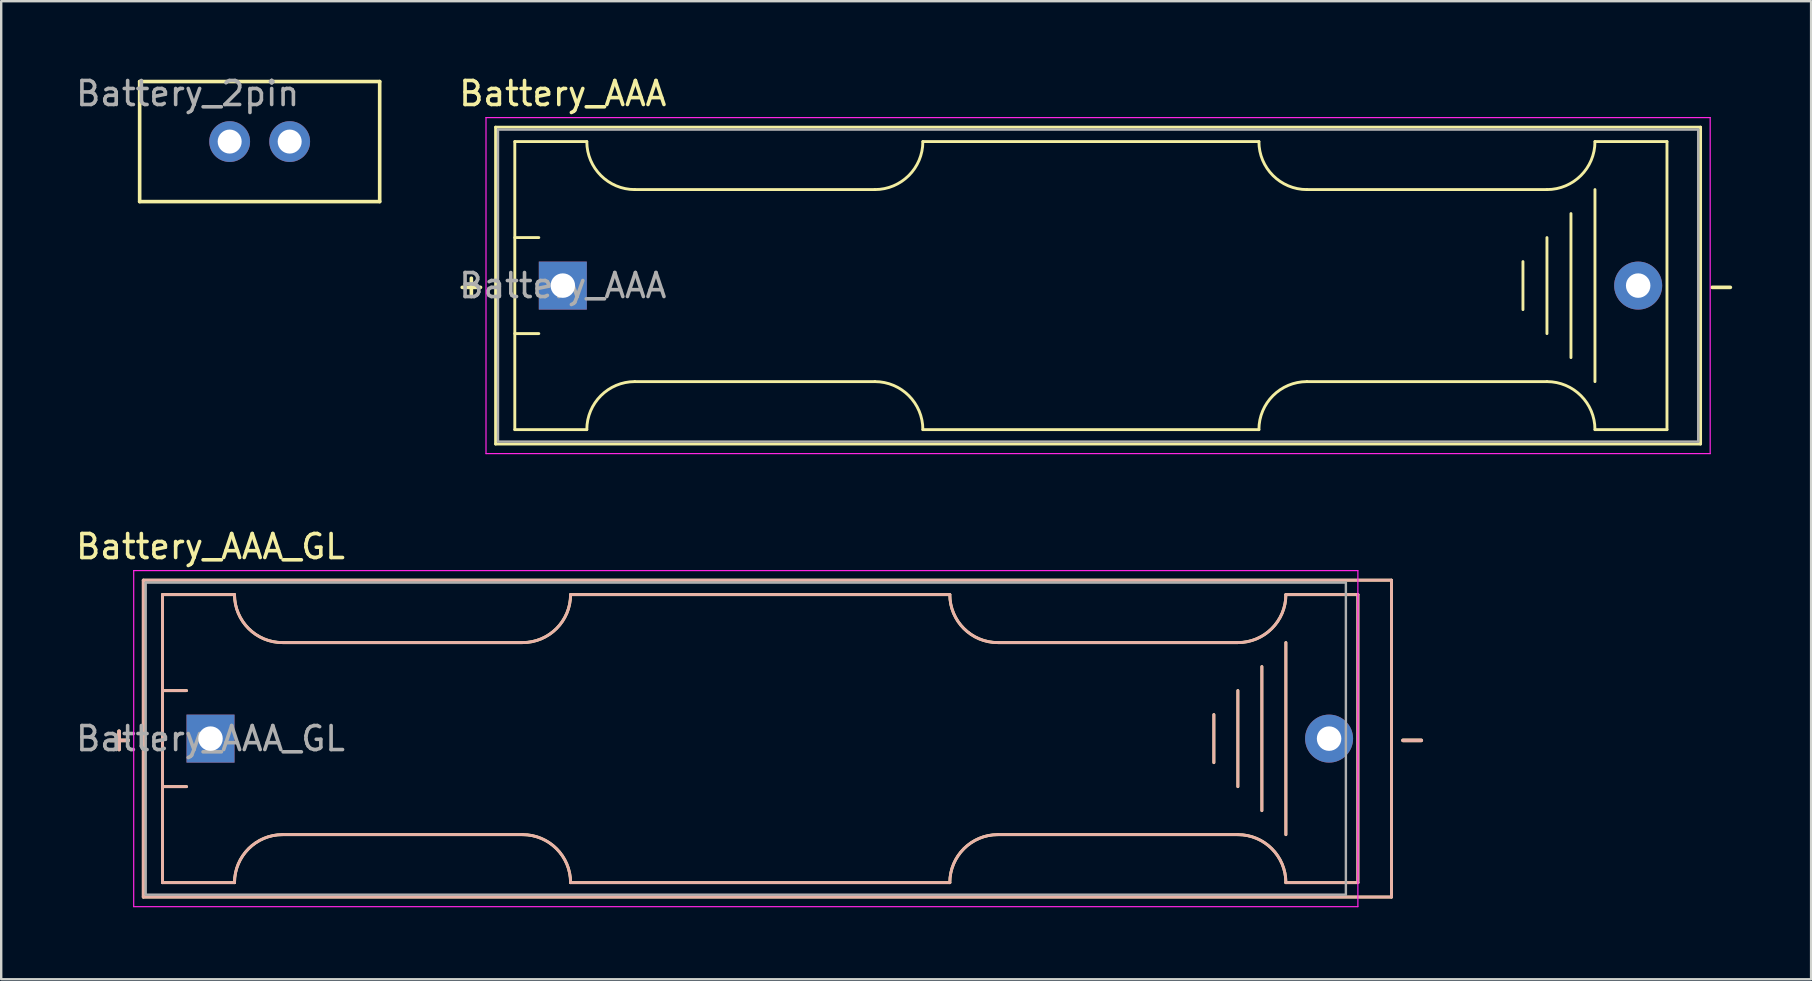
<source format=kicad_pcb>
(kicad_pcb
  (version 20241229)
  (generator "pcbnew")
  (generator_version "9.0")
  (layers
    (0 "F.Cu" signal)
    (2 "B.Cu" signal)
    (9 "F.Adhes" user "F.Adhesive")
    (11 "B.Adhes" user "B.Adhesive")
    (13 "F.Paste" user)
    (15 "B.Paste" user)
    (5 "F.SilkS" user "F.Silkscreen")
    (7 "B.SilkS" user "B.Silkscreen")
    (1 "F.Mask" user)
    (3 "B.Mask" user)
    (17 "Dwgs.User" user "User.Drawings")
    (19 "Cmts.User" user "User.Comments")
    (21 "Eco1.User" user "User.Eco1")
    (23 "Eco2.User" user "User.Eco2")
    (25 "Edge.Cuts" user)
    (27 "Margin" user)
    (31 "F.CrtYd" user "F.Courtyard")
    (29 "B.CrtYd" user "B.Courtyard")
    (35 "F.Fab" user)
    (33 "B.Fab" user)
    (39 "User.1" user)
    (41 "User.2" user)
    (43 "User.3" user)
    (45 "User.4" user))
  (footprint "Battery_AAA"
    (layer "F.Cu")
    (at 20.397 8.848)
    (property "Reference" "Battery_AAA" (at 0 -8 180) (layer "F.SilkS") (effects (font (size 1 1) (thickness 0.15))))
    (attr through_hole)
    (fp_line (start -2.8 -6.6) (end -2.8 6.6) (stroke (width 0.12) (type solid)) (layer "F.SilkS"))
    (fp_line (start -2.8 6.6) (end 47.4 6.6) (stroke (width 0.12) (type solid)) (layer "F.SilkS"))
    (fp_line (start -2 -6) (end -2 6) (stroke (width 0.12) (type solid)) (layer "F.SilkS"))
    (fp_line (start -2 -6) (end 1 -6) (stroke (width 0.12) (type solid)) (layer "F.SilkS"))
    (fp_line (start -2 -2) (end -1 -2) (stroke (width 0.12) (type solid)) (layer "F.SilkS"))
    (fp_line (start -2 6) (end 1 6) (stroke (width 0.12) (type solid)) (layer "F.SilkS"))
    (fp_line (start -1 2) (end -2 2) (stroke (width 0.12) (type solid)) (layer "F.SilkS"))
    (fp_line (start 3 -4) (end 13 -4) (stroke (width 0.12) (type solid)) (layer "F.SilkS"))
    (fp_line (start 3 4) (end 13 4) (stroke (width 0.12) (type solid)) (layer "F.SilkS"))
    (fp_line (start 15 6) (end 29 6) (stroke (width 0.12) (type solid)) (layer "F.SilkS"))
    (fp_line (start 29 -6) (end 15 -6) (stroke (width 0.12) (type solid)) (layer "F.SilkS"))
    (fp_line (start 40 -1) (end 40 1) (stroke (width 0.12) (type solid)) (layer "F.SilkS"))
    (fp_line (start 41 -4) (end 31 -4) (stroke (width 0.12) (type solid)) (layer "F.SilkS"))
    (fp_line (start 41 -2) (end 41 2) (stroke (width 0.12) (type solid)) (layer "F.SilkS"))
    (fp_line (start 41 4) (end 31 4) (stroke (width 0.12) (type solid)) (layer "F.SilkS"))
    (fp_line (start 42 3) (end 42 -3) (stroke (width 0.12) (type solid)) (layer "F.SilkS"))
    (fp_line (start 43 -4) (end 43 4) (stroke (width 0.12) (type solid)) (layer "F.SilkS"))
    (fp_line (start 46 -6) (end 43 -6) (stroke (width 0.12) (type solid)) (layer "F.SilkS"))
    (fp_line (start 46 -6) (end 46 6) (stroke (width 0.12) (type solid)) (layer "F.SilkS"))
    (fp_line (start 46 6) (end 43 6) (stroke (width 0.12) (type solid)) (layer "F.SilkS"))
    (fp_line (start 47.4 -6.6) (end -2.8 -6.6) (stroke (width 0.12) (type solid)) (layer "F.SilkS"))
    (fp_line (start 47.4 6.6) (end 47.4 -6.6) (stroke (width 0.12) (type solid)) (layer "F.SilkS"))
    (fp_arc (start 1 6) (mid 1.585786 4.585786) (end 3 4) (stroke (width 0.12) (type solid)) (layer "F.SilkS"))
    (fp_arc (start 3 -4) (mid 1.585786 -4.585786) (end 1 -6) (stroke (width 0.12) (type solid)) (layer "F.SilkS"))
    (fp_arc (start 13 4) (mid 14.414214 4.585786) (end 15 6) (stroke (width 0.12) (type solid)) (layer "F.SilkS"))
    (fp_arc (start 15 -6) (mid 14.414214 -4.585786) (end 13 -4) (stroke (width 0.12) (type solid)) (layer "F.SilkS"))
    (fp_arc (start 29 6) (mid 29.585786 4.585786) (end 31 4) (stroke (width 0.12) (type solid)) (layer "F.SilkS"))
    (fp_arc (start 31 -4) (mid 29.585786 -4.585786) (end 29 -6) (stroke (width 0.12) (type solid)) (layer "F.SilkS"))
    (fp_arc (start 41 4) (mid 42.414214 4.585786) (end 43 6) (stroke (width 0.12) (type solid)) (layer "F.SilkS"))
    (fp_arc (start 43 -6) (mid 42.414214 -4.585786) (end 41 -4) (stroke (width 0.12) (type solid)) (layer "F.SilkS"))
    (fp_line (start -3.2 -7) (end -3.2 7) (stroke (width 0.05) (type solid)) (layer "F.CrtYd"))
    (fp_line (start -3.2 7) (end 47.8 7) (stroke (width 0.05) (type solid)) (layer "F.CrtYd"))
    (fp_line (start 47.8 -7) (end -3.2 -7) (stroke (width 0.05) (type solid)) (layer "F.CrtYd"))
    (fp_line (start 47.8 7) (end 47.8 -7) (stroke (width 0.05) (type solid)) (layer "F.CrtYd"))
    (fp_line (start -2.7 -6.5) (end 47.3 -6.5) (stroke (width 0.1) (type solid)) (layer "F.Fab"))
    (fp_line (start -2.7 0) (end -2.7 -6.5) (stroke (width 0.1) (type solid)) (layer "F.Fab"))
    (fp_line (start -2.7 6.5) (end -2.7 0) (stroke (width 0.1) (type solid)) (layer "F.Fab"))
    (fp_line (start 47.3 -6.5) (end 47.3 6.5) (stroke (width 0.1) (type solid)) (layer "F.Fab"))
    (fp_line (start 47.3 6.5) (end -2.7 6.5) (stroke (width 0.1) (type solid)) (layer "F.Fab"))
    (fp_text user "-" (at 48.26 0 0) (layer "F.SilkS") (effects (font (size 1 1) (thickness 0.15))))
    (fp_text user "+" (at -3.81 0 0) (layer "F.SilkS") (effects (font (size 1 1) (thickness 0.15))))
    (fp_text user "${REFERENCE}" (at 0 0 0) (layer "F.Fab") (effects (font (size 1 1) (thickness 0.15))))
    (pad "1" thru_hole rect (at 0 0) (size 2 2) (drill 1.02) (layers "*.Cu" "*.Mask"))
    (pad "2" thru_hole circle (at 44.8 0) (size 2 2) (drill 1.02) (layers "*.Cu" "*.Mask")))
  (footprint "Battery_AAA_GL"
    (layer "F.Cu")
    (at 5.72 27.721)
    (property "Reference" "Battery_AAA_GL" (at 0 -8 180) (layer "F.SilkS") (effects (font (size 1 1) (thickness 0.15))))
    (attr through_hole)
    (fp_line (start -2.8 -6.6) (end -2.8 6.6) (stroke (width 0.12) (type solid)) (layer "F.SilkS"))
    (fp_line (start -2.8 6.6) (end 49.2 6.6) (stroke (width 0.12) (type solid)) (layer "F.SilkS"))
    (fp_line (start -2 -6) (end -2 6) (stroke (width 0.12) (type solid)) (layer "F.SilkS"))
    (fp_line (start -2 -6) (end 1 -6) (stroke (width 0.12) (type solid)) (layer "F.SilkS"))
    (fp_line (start -2 -2) (end -1 -2) (stroke (width 0.12) (type solid)) (layer "F.SilkS"))
    (fp_line (start -2 6) (end 1 6) (stroke (width 0.12) (type solid)) (layer "F.SilkS"))
    (fp_line (start -1 2) (end -2 2) (stroke (width 0.12) (type solid)) (layer "F.SilkS"))
    (fp_line (start 3 -4) (end 13 -4) (stroke (width 0.12) (type solid)) (layer "F.SilkS"))
    (fp_line (start 3 4) (end 13 4) (stroke (width 0.12) (type solid)) (layer "F.SilkS"))
    (fp_line (start 15 6) (end 30.8 6) (stroke (width 0.12) (type solid)) (layer "F.SilkS"))
    (fp_line (start 30.8 -6) (end 15 -6) (stroke (width 0.12) (type solid)) (layer "F.SilkS"))
    (fp_line (start 41.8 -1) (end 41.8 1) (stroke (width 0.12) (type solid)) (layer "F.SilkS"))
    (fp_line (start 42.8 -4) (end 32.8 -4) (stroke (width 0.12) (type solid)) (layer "F.SilkS"))
    (fp_line (start 42.8 -2) (end 42.8 2) (stroke (width 0.12) (type solid)) (layer "F.SilkS"))
    (fp_line (start 42.8 4) (end 32.8 4) (stroke (width 0.12) (type solid)) (layer "F.SilkS"))
    (fp_line (start 43.8 3) (end 43.8 -3) (stroke (width 0.12) (type solid)) (layer "F.SilkS"))
    (fp_line (start 44.8 -4) (end 44.8 4) (stroke (width 0.12) (type solid)) (layer "F.SilkS"))
    (fp_line (start 47.8 -6) (end 44.8 -6) (stroke (width 0.12) (type solid)) (layer "F.SilkS"))
    (fp_line (start 47.8 -6) (end 47.8 6) (stroke (width 0.12) (type solid)) (layer "F.SilkS"))
    (fp_line (start 47.8 6) (end 44.8 6) (stroke (width 0.12) (type solid)) (layer "F.SilkS"))
    (fp_line (start 49.2 -6.6) (end -2.8 -6.6) (stroke (width 0.12) (type solid)) (layer "F.SilkS"))
    (fp_line (start 49.2 6.6) (end 49.2 -6.6) (stroke (width 0.12) (type solid)) (layer "F.SilkS"))
    (fp_arc (start 1 6) (mid 1.585786 4.585786) (end 3 4) (stroke (width 0.12) (type solid)) (layer "F.SilkS"))
    (fp_arc (start 3 -4) (mid 1.585786 -4.585786) (end 1 -6) (stroke (width 0.12) (type solid)) (layer "F.SilkS"))
    (fp_arc (start 13 4) (mid 14.414214 4.585786) (end 15 6) (stroke (width 0.12) (type solid)) (layer "F.SilkS"))
    (fp_arc (start 15 -6) (mid 14.414214 -4.585786) (end 13 -4) (stroke (width 0.12) (type solid)) (layer "F.SilkS"))
    (fp_arc (start 30.8 6) (mid 31.385786 4.585786) (end 32.8 4) (stroke (width 0.12) (type solid)) (layer "F.SilkS"))
    (fp_arc (start 32.8 -4) (mid 31.385786 -4.585786) (end 30.8 -6) (stroke (width 0.12) (type solid)) (layer "F.SilkS"))
    (fp_arc (start 42.8 4) (mid 44.214214 4.585786) (end 44.8 6) (stroke (width 0.12) (type solid)) (layer "F.SilkS"))
    (fp_arc (start 44.8 -6) (mid 44.214214 -4.585786) (end 42.8 -4) (stroke (width 0.12) (type solid)) (layer "F.SilkS"))
    (fp_line (start -2.8 -6.6) (end -2.8 6.6) (stroke (width 0.12) (type solid)) (layer "B.SilkS"))
    (fp_line (start -2.8 6.6) (end 49.2 6.6) (stroke (width 0.12) (type solid)) (layer "B.SilkS"))
    (fp_line (start -2 -6) (end -2 6) (stroke (width 0.12) (type solid)) (layer "B.SilkS"))
    (fp_line (start -2 -6) (end 1 -6) (stroke (width 0.12) (type solid)) (layer "B.SilkS"))
    (fp_line (start -2 -2) (end -1 -2) (stroke (width 0.12) (type solid)) (layer "B.SilkS"))
    (fp_line (start -2 6) (end 1 6) (stroke (width 0.12) (type solid)) (layer "B.SilkS"))
    (fp_line (start -1 2) (end -2 2) (stroke (width 0.12) (type solid)) (layer "B.SilkS"))
    (fp_line (start 3 -4) (end 13 -4) (stroke (width 0.12) (type solid)) (layer "B.SilkS"))
    (fp_line (start 3 4) (end 13 4) (stroke (width 0.12) (type solid)) (layer "B.SilkS"))
    (fp_line (start 15 6) (end 30.8 6) (stroke (width 0.12) (type solid)) (layer "B.SilkS"))
    (fp_line (start 30.8 -6) (end 15 -6) (stroke (width 0.12) (type solid)) (layer "B.SilkS"))
    (fp_line (start 41.8 -1) (end 41.8 1) (stroke (width 0.12) (type solid)) (layer "B.SilkS"))
    (fp_line (start 42.8 -4) (end 32.8 -4) (stroke (width 0.12) (type solid)) (layer "B.SilkS"))
    (fp_line (start 42.8 -2) (end 42.8 2) (stroke (width 0.12) (type solid)) (layer "B.SilkS"))
    (fp_line (start 42.8 4) (end 32.8 4) (stroke (width 0.12) (type solid)) (layer "B.SilkS"))
    (fp_line (start 43.8 3) (end 43.8 -3) (stroke (width 0.12) (type solid)) (layer "B.SilkS"))
    (fp_line (start 44.8 -4) (end 44.8 4) (stroke (width 0.12) (type solid)) (layer "B.SilkS"))
    (fp_line (start 47.8 -6) (end 44.8 -6) (stroke (width 0.12) (type solid)) (layer "B.SilkS"))
    (fp_line (start 47.8 -6) (end 47.8 6) (stroke (width 0.12) (type solid)) (layer "B.SilkS"))
    (fp_line (start 47.8 6) (end 44.8 6) (stroke (width 0.12) (type solid)) (layer "B.SilkS"))
    (fp_line (start 49.2 -6.6) (end -2.8 -6.6) (stroke (width 0.12) (type solid)) (layer "B.SilkS"))
    (fp_line (start 49.2 6.6) (end 49.2 -6.6) (stroke (width 0.12) (type solid)) (layer "B.SilkS"))
    (fp_arc (start 1 6) (mid 1.585786 4.585786) (end 3 4) (stroke (width 0.12) (type solid)) (layer "B.SilkS"))
    (fp_arc (start 3 -4) (mid 1.585786 -4.585786) (end 1 -6) (stroke (width 0.12) (type solid)) (layer "B.SilkS"))
    (fp_arc (start 13 4) (mid 14.414214 4.585786) (end 15 6) (stroke (width 0.12) (type solid)) (layer "B.SilkS"))
    (fp_arc (start 15 -6) (mid 14.414214 -4.585786) (end 13 -4) (stroke (width 0.12) (type solid)) (layer "B.SilkS"))
    (fp_arc (start 30.8 6) (mid 31.385786 4.585786) (end 32.8 4) (stroke (width 0.12) (type solid)) (layer "B.SilkS"))
    (fp_arc (start 32.8 -4) (mid 31.385786 -4.585786) (end 30.8 -6) (stroke (width 0.12) (type solid)) (layer "B.SilkS"))
    (fp_arc (start 42.8 4) (mid 44.214214 4.585786) (end 44.8 6) (stroke (width 0.12) (type solid)) (layer "B.SilkS"))
    (fp_arc (start 44.8 -6) (mid 44.214214 -4.585786) (end 42.8 -4) (stroke (width 0.12) (type solid)) (layer "B.SilkS"))
    (fp_line (start -3.2 -7) (end -3.2 7) (stroke (width 0.05) (type solid)) (layer "F.CrtYd"))
    (fp_line (start -3.2 7) (end 47.8 7) (stroke (width 0.05) (type solid)) (layer "F.CrtYd"))
    (fp_line (start 47.8 -7) (end -3.2 -7) (stroke (width 0.05) (type solid)) (layer "F.CrtYd"))
    (fp_line (start 47.8 7) (end 47.8 -7) (stroke (width 0.05) (type solid)) (layer "F.CrtYd"))
    (fp_line (start -2.7 -6.5) (end 47.3 -6.5) (stroke (width 0.1) (type solid)) (layer "F.Fab"))
    (fp_line (start -2.7 0) (end -2.7 -6.5) (stroke (width 0.1) (type solid)) (layer "F.Fab"))
    (fp_line (start -2.7 6.5) (end -2.7 0) (stroke (width 0.1) (type solid)) (layer "F.Fab"))
    (fp_line (start 47.3 -6.5) (end 47.3 6.5) (stroke (width 0.1) (type solid)) (layer "F.Fab"))
    (fp_line (start 47.3 6.5) (end -2.7 6.5) (stroke (width 0.1) (type solid)) (layer "F.Fab"))
    (fp_text user "+" (at -3.81 0 0) (layer "F.SilkS") (effects (font (size 1 1) (thickness 0.15))))
    (fp_text user "-" (at 50.06 0 0) (layer "F.SilkS") (effects (font (size 1 1) (thickness 0.15))))
    (fp_text user "+" (at -3.81 0 0) (layer "B.SilkS") (effects (font (size 1 1) (thickness 0.15))))
    (fp_text user "-" (at 50.06 0 0) (layer "B.SilkS") (effects (font (size 1 1) (thickness 0.15))))
    (fp_text user "${REFERENCE}" (at 0 0 0) (layer "F.Fab") (effects (font (size 1 1) (thickness 0.15))))
    (pad "1" thru_hole rect (at 0 0) (size 2 2) (drill 1.02) (layers "*.Cu" "*.Mask"))
    (pad "2" thru_hole circle (at 46.6 0) (size 2 2) (drill 1.02) (layers "*.Cu" "*.Mask")))
  (footprint "Battery_2pin"
    (layer "F.Cu")
    (at 7.768 2.848)
    (property "Reference" "Battery_2pin" (at -3 -2 0) (layer "F.Fab") (effects (font (size 1 1) (thickness 0.15))))
    (attr through_hole)
    (fp_line (start -5 -2.5) (end 5 -2.5) (stroke (width 0.15) (type solid)) (layer "F.SilkS"))
    (fp_line (start -5 2.5) (end -5 -2.5) (stroke (width 0.15) (type solid)) (layer "F.SilkS"))
    (fp_line (start 5 -2.5) (end 5 2.5) (stroke (width 0.15) (type solid)) (layer "F.SilkS"))
    (fp_line (start 5 2.5) (end -5 2.5) (stroke (width 0.15) (type solid)) (layer "F.SilkS"))
    (pad "1" thru_hole oval (at -1.25 0) (size 1.7 1.7) (drill oval 1) (layers "*.Cu" "*.Mask"))
    (pad "2" thru_hole oval (at 1.25 0) (size 1.7 1.7) (drill oval 1) (layers "*.Cu" "*.Mask")))
  (gr_rect
    (start -3 -3)
    (end 72.401 37.746)
    (stroke (width 0.1) (type default))
    (fill no)
    (layer "Edge.Cuts")))
</source>
